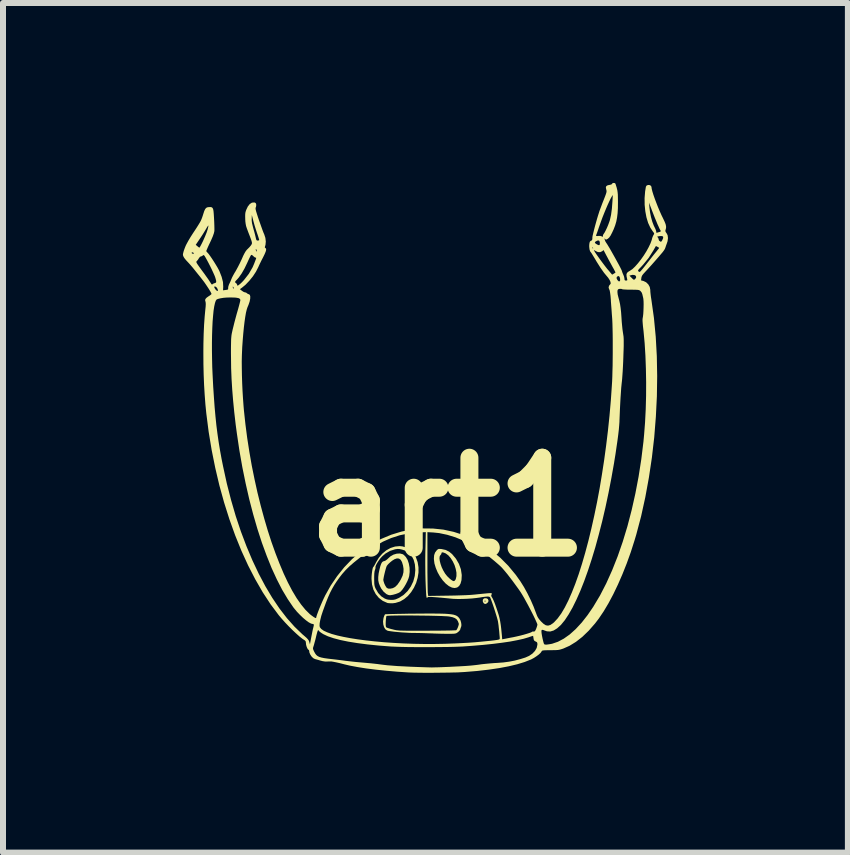
<source format=kicad_pcb>
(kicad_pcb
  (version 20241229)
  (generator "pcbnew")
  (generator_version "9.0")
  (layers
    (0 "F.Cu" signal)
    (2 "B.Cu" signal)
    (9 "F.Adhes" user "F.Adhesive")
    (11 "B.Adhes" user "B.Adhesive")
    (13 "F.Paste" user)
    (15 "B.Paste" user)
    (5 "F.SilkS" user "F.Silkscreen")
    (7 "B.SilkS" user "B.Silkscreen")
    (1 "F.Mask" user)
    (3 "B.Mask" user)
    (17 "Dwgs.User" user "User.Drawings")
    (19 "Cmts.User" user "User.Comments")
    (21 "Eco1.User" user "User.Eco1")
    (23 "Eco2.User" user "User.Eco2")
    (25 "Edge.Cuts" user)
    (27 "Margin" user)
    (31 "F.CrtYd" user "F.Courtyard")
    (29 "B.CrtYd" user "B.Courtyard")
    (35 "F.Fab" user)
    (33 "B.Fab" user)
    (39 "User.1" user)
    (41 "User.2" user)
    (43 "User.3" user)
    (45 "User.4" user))
  (footprint "art1"
    (layer "F.Cu")
    (at 4.42 5.404)
    (property "Reference" "art1" (at 0 0 0) (layer "F.SilkS") (effects (font (size 1.5 1.5) (thickness 0.3))))
    (attr board_only exclude_from_pos_files exclude_from_bom)
    (fp_poly (pts (xy 0.639 1.522) (xy 0.661 1.532) (xy 0.667 1.539) (xy 0.676 1.564) (xy 0.67 1.583) (xy 0.657 1.599) (xy 0.632 1.616) (xy 0.609 1.614) (xy 0.594 1.603) (xy 0.581 1.579) (xy 0.581 1.569) (xy 0.608 1.569) (xy 0.615 1.579) (xy 0.618 1.579) (xy 0.627 1.571) (xy 0.628 1.569) (xy 0.62 1.56) (xy 0.618 1.559) (xy 0.608 1.567) (xy 0.608 1.569) (xy 0.581 1.569) (xy 0.58 1.551) (xy 0.59 1.532) (xy 0.612 1.521)) (stroke (width 0) (type solid)) (fill yes) (layer "F.SilkS"))
    (fp_poly (pts (xy -0.108 0.701) (xy -0.039 0.716) (xy 0.019 0.745) (xy 0.068 0.785) (xy 0.133 0.863) (xy 0.182 0.948) (xy 0.215 1.038) (xy 0.229 1.131) (xy 0.229 1.147) (xy 0.225 1.219) (xy 0.21 1.275) (xy 0.186 1.317) (xy 0.153 1.342) (xy 0.111 1.351) (xy 0.067 1.344) (xy 0.015 1.319) (xy -0.037 1.278) (xy -0.087 1.224) (xy -0.133 1.16) (xy -0.173 1.089) (xy -0.204 1.015) (xy -0.226 0.941) (xy -0.235 0.869) (xy -0.235 0.857) (xy -0.235 0.855) (xy -0.142 0.855) (xy -0.137 0.899) (xy -0.124 0.95) (xy -0.105 1.004) (xy -0.079 1.058) (xy -0.049 1.109) (xy -0.046 1.113) (xy -0.015 1.152) (xy 0.019 1.186) (xy 0.053 1.214) (xy 0.081 1.232) (xy 0.098 1.236) (xy 0.114 1.227) (xy 0.129 1.204) (xy 0.141 1.153) (xy 0.141 1.095) (xy 0.129 1.032) (xy 0.109 0.968) (xy 0.08 0.907) (xy 0.045 0.852) (xy 0.005 0.806) (xy -0.038 0.774) (xy -0.076 0.759) (xy -0.098 0.756) (xy -0.107 0.762) (xy -0.108 0.77) (xy -0.115 0.79) (xy -0.125 0.8) (xy -0.138 0.821) (xy -0.142 0.855) (xy -0.235 0.855) (xy -0.231 0.803) (xy -0.216 0.76) (xy -0.188 0.723) (xy -0.188 0.722) (xy -0.171 0.707) (xy -0.155 0.699) (xy -0.133 0.699)) (stroke (width 0) (type solid)) (fill yes) (layer "F.SilkS"))
    (fp_poly (pts (xy -0.755 0.787) (xy -0.739 0.797) (xy -0.703 0.833) (xy -0.673 0.883) (xy -0.653 0.944) (xy -0.641 1.012) (xy -0.639 1.082) (xy -0.647 1.151) (xy -0.658 1.189) (xy -0.677 1.236) (xy -0.703 1.287) (xy -0.732 1.336) (xy -0.762 1.379) (xy -0.79 1.41) (xy -0.798 1.417) (xy -0.828 1.434) (xy -0.87 1.45) (xy -0.916 1.463) (xy -0.957 1.47) (xy -0.97 1.471) (xy -0.996 1.466) (xy -1.024 1.453) (xy -1.025 1.453) (xy -1.072 1.414) (xy -1.112 1.362) (xy -1.134 1.319) (xy -1.153 1.27) (xy -1.163 1.221) (xy -1.163 1.216) (xy -1.079 1.216) (xy -1.073 1.243) (xy -1.061 1.279) (xy -1.044 1.314) (xy -1.026 1.342) (xy -1.023 1.346) (xy -0.999 1.36) (xy -0.962 1.362) (xy -0.92 1.353) (xy -0.882 1.333) (xy -0.843 1.295) (xy -0.805 1.24) (xy -0.786 1.207) (xy -0.757 1.145) (xy -0.743 1.089) (xy -0.741 1.032) (xy -0.75 0.975) (xy -0.767 0.918) (xy -0.789 0.88) (xy -0.817 0.86) (xy -0.851 0.857) (xy -0.893 0.871) (xy -0.895 0.873) (xy -0.929 0.894) (xy -0.964 0.922) (xy -0.996 0.952) (xy -1.018 0.978) (xy -1.021 0.983) (xy -1.029 1.003) (xy -1.039 1.036) (xy -1.05 1.077) (xy -1.061 1.122) (xy -1.07 1.163) (xy -1.076 1.197) (xy -1.079 1.216) (xy -1.163 1.216) (xy -1.163 1.168) (xy -1.156 1.106) (xy -1.143 1.045) (xy -1.129 0.989) (xy -1.115 0.949) (xy -1.101 0.923) (xy -1.084 0.908) (xy -1.062 0.901) (xy -1.059 0.901) (xy -1.038 0.891) (xy -1.013 0.872) (xy -1.006 0.865) (xy -0.96 0.823) (xy -0.909 0.794) (xy -0.855 0.778) (xy -0.802 0.775)) (stroke (width 0) (type solid)) (fill yes) (layer "F.SilkS"))
    (fp_poly (pts (xy -0.758 0.657) (xy -0.686 0.679) (xy -0.625 0.718) (xy -0.574 0.773) (xy -0.535 0.838) (xy -0.506 0.92) (xy -0.492 1.006) (xy -0.492 1.094) (xy -0.506 1.181) (xy -0.531 1.266) (xy -0.568 1.346) (xy -0.614 1.419) (xy -0.669 1.484) (xy -0.731 1.536) (xy -0.8 1.576) (xy -0.875 1.599) (xy -0.92 1.605) (xy -0.958 1.605) (xy -0.991 1.603) (xy -1.01 1.6) (xy -1.088 1.565) (xy -1.153 1.515) (xy -1.205 1.452) (xy -1.244 1.377) (xy -1.267 1.291) (xy -1.275 1.199) (xy -1.275 1.191) (xy -1.231 1.191) (xy -1.23 1.243) (xy -1.229 1.28) (xy -1.225 1.308) (xy -1.219 1.332) (xy -1.209 1.356) (xy -1.205 1.364) (xy -1.164 1.434) (xy -1.113 1.489) (xy -1.054 1.527) (xy -1.02 1.54) (xy -0.996 1.545) (xy -0.962 1.548) (xy -0.94 1.549) (xy -0.905 1.547) (xy -0.873 1.54) (xy -0.836 1.524) (xy -0.816 1.515) (xy -0.74 1.466) (xy -0.674 1.402) (xy -0.62 1.326) (xy -0.579 1.241) (xy -0.554 1.148) (xy -0.545 1.051) (xy -0.545 1.049) (xy -0.552 0.957) (xy -0.573 0.879) (xy -0.607 0.814) (xy -0.655 0.763) (xy -0.716 0.727) (xy -0.765 0.71) (xy -0.806 0.701) (xy -0.84 0.699) (xy -0.875 0.704) (xy -0.882 0.705) (xy -0.967 0.732) (xy -1.044 0.777) (xy -1.097 0.823) (xy -1.127 0.856) (xy -1.155 0.894) (xy -1.18 0.932) (xy -1.199 0.967) (xy -1.209 0.995) (xy -1.209 1.009) (xy -1.21 1.026) (xy -1.217 1.047) (xy -1.224 1.07) (xy -1.229 1.109) (xy -1.231 1.166) (xy -1.231 1.191) (xy -1.275 1.191) (xy -1.274 1.155) (xy -1.27 1.11) (xy -1.264 1.067) (xy -1.258 1.032) (xy -1.251 1.008) (xy -1.245 1) (xy -1.238 0.992) (xy -1.225 0.97) (xy -1.208 0.939) (xy -1.202 0.926) (xy -1.154 0.846) (xy -1.096 0.778) (xy -1.03 0.723) (xy -0.958 0.683) (xy -0.882 0.659) (xy -0.806 0.652)) (stroke (width 0) (type solid)) (fill yes) (layer "F.SilkS"))
    (fp_poly (pts (xy -0.202 1.777) (xy -0.119 1.778) (xy -0.049 1.78) (xy 0.008 1.784) (xy 0.054 1.789) (xy 0.091 1.795) (xy 0.121 1.804) (xy 0.144 1.814) (xy 0.163 1.827) (xy 0.178 1.842) (xy 0.191 1.859) (xy 0.193 1.862) (xy 0.21 1.895) (xy 0.22 1.933) (xy 0.224 1.97) (xy 0.219 1.998) (xy 0.217 2.002) (xy 0.208 2.025) (xy 0.206 2.037) (xy 0.199 2.053) (xy 0.18 2.074) (xy 0.169 2.084) (xy 0.153 2.096) (xy 0.138 2.105) (xy 0.12 2.11) (xy 0.095 2.113) (xy 0.059 2.114) (xy 0.015 2.114) (xy -0.04 2.114) (xy -0.107 2.113) (xy -0.178 2.111) (xy -0.245 2.109) (xy -0.255 2.108) (xy -0.323 2.106) (xy -0.402 2.103) (xy -0.483 2.101) (xy -0.556 2.1) (xy -0.568 2.1) (xy -0.632 2.099) (xy -0.7 2.095) (xy -0.77 2.091) (xy -0.838 2.085) (xy -0.9 2.079) (xy -0.953 2.072) (xy -0.994 2.066) (xy -1.017 2.059) (xy -1.045 2.038) (xy -1.066 2.003) (xy -1.079 1.958) (xy -1.039 1.958) (xy -1.037 1.987) (xy -1.032 2.003) (xy -1.028 2.007) (xy -1.013 2.014) (xy -0.984 2.024) (xy -0.946 2.035) (xy -0.92 2.041) (xy -0.898 2.047) (xy -0.878 2.051) (xy -0.857 2.055) (xy -0.834 2.057) (xy -0.807 2.06) (xy -0.774 2.061) (xy -0.732 2.062) (xy -0.68 2.063) (xy -0.617 2.063) (xy -0.539 2.063) (xy -0.446 2.063) (xy -0.349 2.063) (xy -0.254 2.062) (xy -0.165 2.062) (xy -0.084 2.061) (xy -0.013 2.06) (xy 0.047 2.059) (xy 0.093 2.057) (xy 0.124 2.056) (xy 0.136 2.055) (xy 0.137 2.055) (xy 0.149 2.04) (xy 0.162 2.014) (xy 0.173 1.984) (xy 0.18 1.958) (xy 0.18 1.944) (xy 0.164 1.902) (xy 0.144 1.873) (xy 0.115 1.852) (xy 0.075 1.837) (xy 0.02 1.826) (xy -0.006 1.823) (xy -0.047 1.821) (xy -0.102 1.818) (xy -0.168 1.816) (xy -0.242 1.814) (xy -0.324 1.812) (xy -0.409 1.811) (xy -0.497 1.81) (xy -0.586 1.809) (xy -0.672 1.809) (xy -0.753 1.809) (xy -0.828 1.809) (xy -0.894 1.81) (xy -0.949 1.811) (xy -0.991 1.813) (xy -1.018 1.815) (xy -1.026 1.817) (xy -1.03 1.832) (xy -1.034 1.861) (xy -1.037 1.898) (xy -1.038 1.913) (xy -1.039 1.958) (xy -1.079 1.958) (xy -1.079 1.958) (xy -1.083 1.907) (xy -1.076 1.857) (xy -1.074 1.847) (xy -1.064 1.817) (xy -1.054 1.796) (xy -1.049 1.789) (xy -1.037 1.788) (xy -1.008 1.787) (xy -0.963 1.785) (xy -0.904 1.784) (xy -0.833 1.782) (xy -0.752 1.781) (xy -0.663 1.779) (xy -0.567 1.778) (xy -0.548 1.778) (xy -0.415 1.777) (xy -0.3 1.776)) (stroke (width 0) (type solid)) (fill yes) (layer "F.SilkS"))
    (fp_poly (pts (xy 2.781 -5.401) (xy 2.79 -5.394) (xy 2.796 -5.38) (xy 2.804 -5.353) (xy 2.815 -5.318) (xy 2.815 -5.315) (xy 2.823 -5.284) (xy 2.828 -5.251) (xy 2.832 -5.211) (xy 2.833 -5.161) (xy 2.834 -5.097) (xy 2.834 -5.083) (xy 2.833 -4.983) (xy 2.828 -4.898) (xy 2.819 -4.825) (xy 2.806 -4.759) (xy 2.787 -4.695) (xy 2.762 -4.63) (xy 2.736 -4.574) (xy 2.71 -4.524) (xy 2.686 -4.491) (xy 2.665 -4.473) (xy 2.644 -4.461) (xy 2.632 -4.459) (xy 2.622 -4.467) (xy 2.62 -4.47) (xy 2.611 -4.479) (xy 2.61 -4.474) (xy 2.613 -4.458) (xy 2.624 -4.429) (xy 2.639 -4.404) (xy 2.653 -4.384) (xy 2.673 -4.351) (xy 2.699 -4.308) (xy 2.728 -4.257) (xy 2.759 -4.202) (xy 2.791 -4.145) (xy 2.821 -4.09) (xy 2.849 -4.039) (xy 2.872 -3.995) (xy 2.889 -3.961) (xy 2.898 -3.941) (xy 2.899 -3.937) (xy 2.908 -3.909) (xy 2.921 -3.877) (xy 2.924 -3.872) (xy 2.936 -3.84) (xy 2.942 -3.81) (xy 2.942 -3.805) (xy 2.945 -3.784) (xy 2.956 -3.777) (xy 2.968 -3.776) (xy 2.986 -3.778) (xy 2.99 -3.788) (xy 2.987 -3.803) (xy 2.977 -3.849) (xy 2.977 -3.858) (xy 3.025 -3.858) (xy 3.063 -3.82) (xy 3.084 -3.799) (xy 3.098 -3.79) (xy 3.108 -3.792) (xy 3.119 -3.8) (xy 3.134 -3.82) (xy 3.138 -3.836) (xy 3.13 -3.856) (xy 3.108 -3.868) (xy 3.078 -3.871) (xy 3.058 -3.867) (xy 3.025 -3.858) (xy 2.977 -3.858) (xy 2.976 -3.881) (xy 2.986 -3.905) (xy 3.008 -3.924) (xy 3.035 -3.94) (xy 3.041 -3.944) (xy 3.169 -3.944) (xy 3.171 -3.935) (xy 3.176 -3.929) (xy 3.189 -3.919) (xy 3.201 -3.923) (xy 3.21 -3.93) (xy 3.222 -3.944) (xy 3.244 -3.969) (xy 3.273 -4.005) (xy 3.306 -4.047) (xy 3.328 -4.075) (xy 3.366 -4.123) (xy 3.403 -4.171) (xy 3.437 -4.214) (xy 3.465 -4.248) (xy 3.474 -4.259) (xy 3.496 -4.287) (xy 3.513 -4.308) (xy 3.521 -4.32) (xy 3.521 -4.32) (xy 3.513 -4.327) (xy 3.494 -4.338) (xy 3.494 -4.338) (xy 3.467 -4.352) (xy 3.424 -4.277) (xy 3.346 -4.154) (xy 3.253 -4.04) (xy 3.222 -4.006) (xy 3.193 -3.976) (xy 3.176 -3.957) (xy 3.169 -3.944) (xy 3.041 -3.944) (xy 3.075 -3.967) (xy 3.119 -4.009) (xy 3.167 -4.063) (xy 3.216 -4.125) (xy 3.264 -4.193) (xy 3.308 -4.263) (xy 3.346 -4.332) (xy 3.377 -4.397) (xy 3.398 -4.455) (xy 3.401 -4.47) (xy 3.411 -4.503) (xy 3.413 -4.506) (xy 3.488 -4.506) (xy 3.494 -4.5) (xy 3.494 -4.5) (xy 3.507 -4.484) (xy 3.511 -4.467) (xy 3.519 -4.443) (xy 3.539 -4.427) (xy 3.552 -4.423) (xy 3.561 -4.431) (xy 3.573 -4.45) (xy 3.574 -4.452) (xy 3.588 -4.486) (xy 3.587 -4.507) (xy 3.571 -4.518) (xy 3.538 -4.518) (xy 3.523 -4.516) (xy 3.497 -4.511) (xy 3.488 -4.506) (xy 3.413 -4.506) (xy 3.424 -4.531) (xy 3.427 -4.536) (xy 3.437 -4.553) (xy 3.436 -4.566) (xy 3.424 -4.584) (xy 3.418 -4.591) (xy 3.374 -4.657) (xy 3.337 -4.737) (xy 3.309 -4.83) (xy 3.29 -4.932) (xy 3.279 -5.04) (xy 3.279 -5.075) (xy 3.353 -5.075) (xy 3.359 -4.992) (xy 3.369 -4.915) (xy 3.385 -4.835) (xy 3.406 -4.759) (xy 3.431 -4.693) (xy 3.444 -4.666) (xy 3.46 -4.633) (xy 3.47 -4.604) (xy 3.473 -4.586) (xy 3.473 -4.586) (xy 3.474 -4.573) (xy 3.486 -4.574) (xy 3.509 -4.581) (xy 3.527 -4.586) (xy 3.545 -4.593) (xy 3.548 -4.604) (xy 3.537 -4.623) (xy 3.535 -4.626) (xy 3.526 -4.643) (xy 3.512 -4.675) (xy 3.492 -4.718) (xy 3.471 -4.77) (xy 3.447 -4.827) (xy 3.424 -4.886) (xy 3.402 -4.942) (xy 3.383 -4.994) (xy 3.381 -4.997) (xy 3.353 -5.075) (xy 3.279 -5.075) (xy 3.278 -5.151) (xy 3.287 -5.262) (xy 3.3 -5.341) (xy 3.312 -5.36) (xy 3.334 -5.369) (xy 3.359 -5.369) (xy 3.38 -5.359) (xy 3.392 -5.341) (xy 3.393 -5.334) (xy 3.397 -5.305) (xy 3.408 -5.261) (xy 3.425 -5.206) (xy 3.447 -5.143) (xy 3.473 -5.074) (xy 3.501 -5.002) (xy 3.531 -4.931) (xy 3.561 -4.864) (xy 3.586 -4.813) (xy 3.612 -4.758) (xy 3.629 -4.715) (xy 3.636 -4.682) (xy 3.636 -4.653) (xy 3.629 -4.625) (xy 3.628 -4.624) (xy 3.624 -4.603) (xy 3.63 -4.585) (xy 3.643 -4.568) (xy 3.662 -4.532) (xy 3.668 -4.484) (xy 3.661 -4.431) (xy 3.649 -4.395) (xy 3.637 -4.362) (xy 3.627 -4.332) (xy 3.624 -4.323) (xy 3.615 -4.301) (xy 3.596 -4.272) (xy 3.577 -4.247) (xy 3.514 -4.173) (xy 3.452 -4.102) (xy 3.394 -4.036) (xy 3.342 -3.979) (xy 3.3 -3.933) (xy 3.295 -3.928) (xy 3.262 -3.892) (xy 3.241 -3.866) (xy 3.23 -3.844) (xy 3.224 -3.822) (xy 3.224 -3.819) (xy 3.219 -3.779) (xy 3.261 -3.768) (xy 3.304 -3.747) (xy 3.34 -3.712) (xy 3.364 -3.669) (xy 3.373 -3.622) (xy 3.373 -3.62) (xy 3.374 -3.592) (xy 3.378 -3.551) (xy 3.384 -3.502) (xy 3.392 -3.452) (xy 3.434 -3.152) (xy 3.464 -2.838) (xy 3.482 -2.514) (xy 3.488 -2.183) (xy 3.483 -1.845) (xy 3.466 -1.505) (xy 3.439 -1.164) (xy 3.4 -0.825) (xy 3.35 -0.491) (xy 3.29 -0.163) (xy 3.22 0.155) (xy 3.139 0.461) (xy 3.109 0.561) (xy 3.048 0.752) (xy 2.981 0.939) (xy 2.909 1.12) (xy 2.834 1.292) (xy 2.756 1.455) (xy 2.676 1.605) (xy 2.595 1.741) (xy 2.514 1.861) (xy 2.452 1.942) (xy 2.346 2.063) (xy 2.24 2.165) (xy 2.134 2.248) (xy 2.027 2.314) (xy 1.921 2.361) (xy 1.89 2.371) (xy 1.862 2.379) (xy 1.833 2.384) (xy 1.798 2.386) (xy 1.751 2.387) (xy 1.709 2.388) (xy 1.654 2.388) (xy 1.616 2.389) (xy 1.591 2.391) (xy 1.575 2.394) (xy 1.566 2.399) (xy 1.561 2.407) (xy 1.56 2.409) (xy 1.544 2.432) (xy 1.514 2.46) (xy 1.475 2.489) (xy 1.432 2.517) (xy 1.389 2.54) (xy 1.385 2.542) (xy 1.279 2.584) (xy 1.155 2.622) (xy 1.013 2.656) (xy 0.854 2.686) (xy 0.678 2.712) (xy 0.487 2.734) (xy 0.281 2.751) (xy 0.209 2.755) (xy 0.162 2.758) (xy 0.099 2.759) (xy 0.024 2.761) (xy -0.06 2.762) (xy -0.149 2.763) (xy -0.241 2.764) (xy -0.333 2.764) (xy -0.42 2.764) (xy -0.499 2.763) (xy -0.568 2.762) (xy -0.623 2.76) (xy -0.652 2.759) (xy -0.846 2.746) (xy -1.03 2.73) (xy -1.203 2.712) (xy -1.362 2.692) (xy -1.507 2.669) (xy -1.635 2.645) (xy -1.729 2.623) (xy -1.802 2.604) (xy -1.86 2.591) (xy -1.905 2.582) (xy -1.94 2.576) (xy -1.97 2.575) (xy -1.997 2.576) (xy -2.004 2.576) (xy -2.046 2.577) (xy -2.091 2.57) (xy -2.13 2.56) (xy -2.167 2.549) (xy -2.199 2.54) (xy -2.219 2.535) (xy -2.22 2.534) (xy -2.246 2.521) (xy -2.273 2.495) (xy -2.296 2.461) (xy -2.311 2.426) (xy -2.314 2.403) (xy -2.318 2.387) (xy -2.322 2.383) (xy -2.335 2.374) (xy -2.34 2.365) (xy -2.251 2.365) (xy -2.244 2.385) (xy -2.232 2.411) (xy -2.215 2.442) (xy -2.197 2.466) (xy -2.176 2.484) (xy -2.148 2.499) (xy -2.111 2.51) (xy -2.062 2.52) (xy -1.998 2.529) (xy -1.947 2.535) (xy -1.885 2.542) (xy -1.819 2.55) (xy -1.756 2.558) (xy -1.706 2.565) (xy -1.661 2.57) (xy -1.602 2.577) (xy -1.536 2.584) (xy -1.467 2.59) (xy -1.422 2.594) (xy -1.356 2.6) (xy -1.288 2.606) (xy -1.224 2.613) (xy -1.171 2.619) (xy -1.143 2.623) (xy -1.08 2.631) (xy -1.011 2.639) (xy -0.933 2.645) (xy -0.845 2.652) (xy -0.744 2.657) (xy -0.63 2.663) (xy -0.5 2.668) (xy -0.353 2.673) (xy -0.279 2.675) (xy -0.26 2.675) (xy -0.224 2.674) (xy -0.174 2.673) (xy -0.112 2.671) (xy -0.042 2.668) (xy 0.035 2.665) (xy 0.069 2.663) (xy 0.185 2.657) (xy 0.29 2.651) (xy 0.381 2.644) (xy 0.456 2.636) (xy 0.505 2.63) (xy 0.56 2.622) (xy 0.627 2.615) (xy 0.701 2.608) (xy 0.774 2.602) (xy 0.814 2.6) (xy 0.922 2.592) (xy 1.019 2.579) (xy 1.113 2.561) (xy 1.21 2.535) (xy 1.29 2.51) (xy 1.353 2.482) (xy 1.407 2.445) (xy 1.45 2.4) (xy 1.479 2.35) (xy 1.49 2.299) (xy 1.491 2.292) (xy 1.489 2.266) (xy 1.48 2.252) (xy 1.462 2.243) (xy 1.442 2.232) (xy 1.431 2.215) (xy 1.426 2.19) (xy 1.422 2.164) (xy 1.419 2.149) (xy 1.418 2.148) (xy 1.408 2.151) (xy 1.385 2.158) (xy 1.352 2.169) (xy 1.345 2.172) (xy 1.261 2.197) (xy 1.158 2.22) (xy 1.038 2.243) (xy 0.902 2.263) (xy 0.752 2.282) (xy 0.589 2.299) (xy 0.413 2.314) (xy 0.245 2.326) (xy 0.177 2.329) (xy 0.093 2.332) (xy -0.003 2.334) (xy -0.108 2.335) (xy -0.221 2.336) (xy -0.336 2.337) (xy -0.452 2.337) (xy -0.564 2.336) (xy -0.671 2.335) (xy -0.769 2.333) (xy -0.855 2.33) (xy -0.926 2.327) (xy -0.951 2.326) (xy -1.156 2.31) (xy -1.343 2.291) (xy -1.512 2.269) (xy -1.662 2.245) (xy -1.794 2.218) (xy -1.907 2.188) (xy -2.002 2.156) (xy -2.077 2.121) (xy -2.106 2.103) (xy -2.133 2.084) (xy -2.151 2.068) (xy -2.158 2.059) (xy -2.164 2.05) (xy -2.165 2.05) (xy -2.17 2.059) (xy -2.179 2.083) (xy -2.189 2.119) (xy -2.2 2.163) (xy -2.2 2.165) (xy -2.212 2.214) (xy -2.225 2.261) (xy -2.235 2.299) (xy -2.242 2.321) (xy -2.25 2.346) (xy -2.251 2.365) (xy -2.34 2.365) (xy -2.348 2.352) (xy -2.359 2.323) (xy -2.367 2.292) (xy -2.368 2.277) (xy -2.372 2.243) (xy -2.384 2.226) (xy -2.386 2.225) (xy -2.425 2.199) (xy -2.475 2.16) (xy -2.531 2.11) (xy -2.592 2.053) (xy -2.654 1.991) (xy -2.716 1.926) (xy -2.774 1.861) (xy -2.822 1.804) (xy -2.958 1.622) (xy -3.089 1.422) (xy -3.214 1.205) (xy -3.333 0.974) (xy -3.445 0.729) (xy -3.549 0.472) (xy -3.645 0.204) (xy -3.733 -0.074) (xy -3.812 -0.36) (xy -3.881 -0.653) (xy -3.941 -0.952) (xy -3.991 -1.255) (xy -4.03 -1.561) (xy -4.045 -1.711) (xy -4.057 -1.869) (xy -4.067 -2.035) (xy -4.074 -2.207) (xy -4.078 -2.381) (xy -4.079 -2.555) (xy -4.079 -2.611) (xy -3.936 -2.611) (xy -3.934 -2.475) (xy -3.931 -2.335) (xy -3.925 -2.202) (xy -3.915 -2.006) (xy -3.903 -1.827) (xy -3.891 -1.662) (xy -3.877 -1.508) (xy -3.862 -1.362) (xy -3.844 -1.221) (xy -3.824 -1.082) (xy -3.801 -0.943) (xy -3.775 -0.8) (xy -3.75 -0.677) (xy -3.688 -0.392) (xy -3.617 -0.116) (xy -3.539 0.152) (xy -3.453 0.409) (xy -3.36 0.655) (xy -3.261 0.89) (xy -3.156 1.112) (xy -3.046 1.32) (xy -2.931 1.513) (xy -2.811 1.691) (xy -2.686 1.853) (xy -2.558 1.997) (xy -2.427 2.123) (xy -2.401 2.145) (xy -2.363 2.178) (xy -2.338 2.204) (xy -2.322 2.226) (xy -2.313 2.249) (xy -2.313 2.25) (xy -2.302 2.29) (xy -2.28 2.172) (xy -2.27 2.122) (xy -2.261 2.076) (xy -2.253 2.038) (xy -2.247 2.015) (xy -2.239 1.981) (xy -2.142 1.981) (xy -2.137 2.004) (xy -2.113 2.034) (xy -2.072 2.063) (xy -2.013 2.09) (xy -1.938 2.117) (xy -1.848 2.142) (xy -1.745 2.165) (xy -1.629 2.187) (xy -1.502 2.207) (xy -1.365 2.225) (xy -1.219 2.241) (xy -1.066 2.255) (xy -0.906 2.266) (xy -0.741 2.275) (xy -0.573 2.281) (xy -0.401 2.284) (xy -0.227 2.284) (xy -0.054 2.281) (xy 0.113 2.275) (xy 0.234 2.269) (xy 0.342 2.263) (xy 0.442 2.256) (xy 0.54 2.247) (xy 0.641 2.237) (xy 0.713 2.23) (xy 0.772 2.223) (xy 0.814 2.217) (xy 0.841 2.212) (xy 0.856 2.206) (xy 0.862 2.2) (xy 0.863 2.198) (xy 0.862 2.169) (xy 0.858 2.127) (xy 0.854 2.077) (xy 0.848 2.024) (xy 0.843 1.974) (xy 0.837 1.933) (xy 0.833 1.906) (xy 0.826 1.878) (xy 0.815 1.838) (xy 0.8 1.789) (xy 0.783 1.734) (xy 0.765 1.678) (xy 0.747 1.625) (xy 0.73 1.577) (xy 0.716 1.539) (xy 0.706 1.515) (xy 0.704 1.509) (xy 0.694 1.499) (xy 0.679 1.494) (xy 0.654 1.493) (xy 0.618 1.496) (xy 0.567 1.503) (xy 0.534 1.509) (xy 0.473 1.517) (xy 0.4 1.525) (xy 0.321 1.53) (xy 0.242 1.533) (xy 0.168 1.534) (xy 0.105 1.532) (xy 0.083 1.531) (xy -0.019 1.521) (xy -0.104 1.513) (xy -0.173 1.507) (xy -0.227 1.503) (xy -0.268 1.5) (xy -0.299 1.499) (xy -0.319 1.499) (xy -0.333 1.5) (xy -0.34 1.503) (xy -0.343 1.507) (xy -0.343 1.51) (xy -0.346 1.519) (xy -0.355 1.513) (xy -0.359 1.499) (xy -0.363 1.468) (xy -0.366 1.422) (xy -0.369 1.362) (xy -0.372 1.292) (xy -0.375 1.214) (xy -0.377 1.128) (xy -0.378 1.039) (xy -0.379 0.948) (xy -0.379 0.857) (xy -0.378 0.768) (xy -0.376 0.692) (xy -0.37 0.419) (xy -0.501 0.425) (xy -0.654 0.44) (xy -0.804 0.471) (xy -0.949 0.518) (xy -1.085 0.578) (xy -1.21 0.651) (xy -1.262 0.689) (xy -1.299 0.717) (xy -1.346 0.752) (xy -1.399 0.793) (xy -1.453 0.833) (xy -1.478 0.852) (xy -1.566 0.922) (xy -1.641 0.987) (xy -1.706 1.051) (xy -1.766 1.119) (xy -1.807 1.172) (xy -1.853 1.236) (xy -1.894 1.298) (xy -1.931 1.362) (xy -1.966 1.43) (xy -2 1.506) (xy -2.035 1.594) (xy -2.072 1.696) (xy -2.088 1.74) (xy -2.113 1.816) (xy -2.13 1.884) (xy -2.14 1.939) (xy -2.142 1.981) (xy -2.239 1.981) (xy -2.239 1.981) (xy -2.237 1.962) (xy -2.243 1.953) (xy -2.253 1.951) (xy -2.283 1.944) (xy -2.322 1.923) (xy -2.367 1.89) (xy -2.417 1.848) (xy -2.468 1.799) (xy -2.519 1.746) (xy -2.566 1.689) (xy -2.578 1.674) (xy -2.672 1.536) (xy -2.765 1.38) (xy -2.854 1.207) (xy -2.941 1.018) (xy -3.023 0.814) (xy -3.103 0.596) (xy -3.178 0.365) (xy -3.248 0.123) (xy -3.314 -0.13) (xy -3.374 -0.393) (xy -3.429 -0.663) (xy -3.478 -0.941) (xy -3.52 -1.225) (xy -3.54 -1.373) (xy -3.564 -1.581) (xy -3.583 -1.775) (xy -3.598 -1.959) (xy -3.609 -2.137) (xy -3.616 -2.315) (xy -3.618 -2.495) (xy -3.619 -2.56) (xy -3.619 -2.641) (xy -3.618 -2.707) (xy -3.617 -2.759) (xy -3.616 -2.8) (xy -3.613 -2.835) (xy -3.61 -2.865) (xy -3.605 -2.894) (xy -3.598 -2.926) (xy -3.59 -2.962) (xy -3.577 -3.014) (xy -3.561 -3.079) (xy -3.542 -3.15) (xy -3.523 -3.22) (xy -3.512 -3.258) (xy -3.496 -3.314) (xy -3.482 -3.365) (xy -3.471 -3.408) (xy -3.464 -3.438) (xy -3.462 -3.452) (xy -3.469 -3.47) (xy -3.492 -3.483) (xy -3.531 -3.49) (xy -3.55 -3.492) (xy -3.617 -3.494) (xy -3.684 -3.493) (xy -3.745 -3.488) (xy -3.798 -3.479) (xy -3.838 -3.469) (xy -3.859 -3.459) (xy -3.873 -3.438) (xy -3.886 -3.399) (xy -3.898 -3.344) (xy -3.909 -3.273) (xy -3.917 -3.189) (xy -3.925 -3.092) (xy -3.93 -2.985) (xy -3.934 -2.868) (xy -3.936 -2.743) (xy -3.936 -2.611) (xy -4.079 -2.611) (xy -4.078 -2.725) (xy -4.074 -2.888) (xy -4.067 -3.04) (xy -4.057 -3.179) (xy -4.047 -3.285) (xy -4.041 -3.342) (xy -4.039 -3.384) (xy -4.041 -3.412) (xy -4.044 -3.425) (xy -4.05 -3.449) (xy -4.044 -3.469) (xy -4.024 -3.491) (xy -3.989 -3.516) (xy -3.988 -3.516) (xy -3.963 -3.533) (xy -3.947 -3.547) (xy -3.943 -3.552) (xy -3.948 -3.566) (xy -3.962 -3.593) (xy -3.983 -3.628) (xy -4.009 -3.668) (xy -4.011 -3.671) (xy -3.898 -3.671) (xy -3.894 -3.654) (xy -3.879 -3.631) (xy -3.871 -3.621) (xy -3.851 -3.603) (xy -3.839 -3.602) (xy -3.837 -3.617) (xy -3.839 -3.626) (xy -3.852 -3.655) (xy -3.874 -3.674) (xy -3.89 -3.678) (xy -3.898 -3.671) (xy -4.011 -3.671) (xy -4.037 -3.71) (xy -4.064 -3.749) (xy -4.09 -3.783) (xy -4.097 -3.792) (xy -4.128 -3.832) (xy -4.166 -3.879) (xy -4.204 -3.926) (xy -4.222 -3.949) (xy -4.256 -3.991) (xy -4.292 -4.033) (xy -4.325 -4.07) (xy -4.341 -4.087) (xy -4.342 -4.088) (xy -4.196 -4.088) (xy -4.194 -4.077) (xy -4.186 -4.061) (xy -4.17 -4.037) (xy -4.146 -4.003) (xy -4.112 -3.956) (xy -4.098 -3.937) (xy -4.061 -3.887) (xy -4.027 -3.839) (xy -3.997 -3.797) (xy -3.975 -3.763) (xy -3.963 -3.745) (xy -3.946 -3.718) (xy -3.935 -3.709) (xy -3.93 -3.712) (xy -3.916 -3.723) (xy -3.893 -3.732) (xy -3.875 -3.738) (xy -3.866 -3.749) (xy -3.865 -3.769) (xy -3.873 -3.801) (xy -3.884 -3.837) (xy -3.896 -3.867) (xy -3.915 -3.909) (xy -3.938 -3.959) (xy -3.965 -4.014) (xy -3.993 -4.069) (xy -4.019 -4.118) (xy -4.042 -4.159) (xy -4.056 -4.183) (xy -4.069 -4.199) (xy -4.079 -4.201) (xy -4.089 -4.193) (xy -4.109 -4.181) (xy -4.122 -4.178) (xy -4.137 -4.17) (xy -4.152 -4.15) (xy -4.153 -4.149) (xy -4.17 -4.122) (xy -4.187 -4.102) (xy -4.194 -4.095) (xy -4.196 -4.088) (xy -4.342 -4.088) (xy -4.369 -4.117) (xy -4.394 -4.148) (xy -4.409 -4.172) (xy -4.417 -4.192) (xy -4.42 -4.208) (xy -4.417 -4.229) (xy -4.415 -4.237) (xy -4.276 -4.237) (xy -4.268 -4.228) (xy -4.259 -4.224) (xy -4.24 -4.223) (xy -4.238 -4.23) (xy -4.241 -4.236) (xy -4.253 -4.245) (xy -4.268 -4.245) (xy -4.276 -4.238) (xy -4.276 -4.237) (xy -4.415 -4.237) (xy -4.409 -4.26) (xy -4.405 -4.274) (xy -4.391 -4.313) (xy -4.375 -4.353) (xy -4.366 -4.372) (xy -4.206 -4.372) (xy -4.179 -4.349) (xy -4.16 -4.333) (xy -4.146 -4.325) (xy -4.145 -4.325) (xy -4.138 -4.333) (xy -4.125 -4.356) (xy -4.107 -4.39) (xy -4.087 -4.431) (xy -4.085 -4.435) (xy -4.051 -4.512) (xy -4.025 -4.576) (xy -4.007 -4.631) (xy -3.996 -4.678) (xy -3.995 -4.692) (xy -3.998 -4.693) (xy -4.007 -4.681) (xy -4.024 -4.654) (xy -4.033 -4.639) (xy -4.057 -4.599) (xy -4.087 -4.55) (xy -4.12 -4.499) (xy -4.141 -4.468) (xy -4.206 -4.372) (xy -4.366 -4.372) (xy -4.354 -4.395) (xy -4.327 -4.444) (xy -4.293 -4.501) (xy -4.249 -4.57) (xy -4.23 -4.598) (xy -4.192 -4.656) (xy -4.163 -4.702) (xy -4.141 -4.738) (xy -4.124 -4.768) (xy -4.112 -4.795) (xy -4.101 -4.823) (xy -4.09 -4.855) (xy -4.08 -4.887) (xy -4.064 -4.936) (xy -4.048 -4.969) (xy -4.03 -4.989) (xy -4.006 -4.999) (xy -3.976 -5.001) (xy -3.954 -5.001) (xy -3.937 -4.996) (xy -3.925 -4.985) (xy -3.916 -4.966) (xy -3.91 -4.935) (xy -3.906 -4.89) (xy -3.902 -4.829) (xy -3.901 -4.809) (xy -3.898 -4.751) (xy -3.896 -4.695) (xy -3.895 -4.647) (xy -3.895 -4.612) (xy -3.896 -4.598) (xy -3.904 -4.564) (xy -3.921 -4.515) (xy -3.949 -4.45) (xy -3.965 -4.416) (xy -3.988 -4.368) (xy -4.007 -4.326) (xy -4.021 -4.293) (xy -4.029 -4.273) (xy -4.031 -4.269) (xy -4.024 -4.256) (xy -4.01 -4.241) (xy -3.992 -4.221) (xy -3.967 -4.187) (xy -3.938 -4.145) (xy -3.906 -4.096) (xy -3.875 -4.046) (xy -3.846 -3.998) (xy -3.823 -3.956) (xy -3.811 -3.932) (xy -3.774 -3.837) (xy -3.752 -3.751) (xy -3.748 -3.673) (xy -3.748 -3.673) (xy -3.751 -3.613) (xy -3.707 -3.619) (xy -3.68 -3.623) (xy -3.668 -3.629) (xy -3.665 -3.642) (xy -3.666 -3.651) (xy -3.664 -3.667) (xy -3.589 -3.667) (xy -3.585 -3.65) (xy -3.577 -3.641) (xy -3.572 -3.643) (xy -3.573 -3.653) (xy -3.578 -3.665) (xy -3.586 -3.676) (xy -3.589 -3.67) (xy -3.589 -3.667) (xy -3.664 -3.667) (xy -3.663 -3.676) (xy -3.653 -3.707) (xy -3.65 -3.714) (xy -3.634 -3.747) (xy -3.631 -3.753) (xy -3.551 -3.753) (xy -3.55 -3.745) (xy -3.546 -3.743) (xy -3.53 -3.73) (xy -3.519 -3.713) (xy -3.508 -3.688) (xy -3.481 -3.708) (xy -3.46 -3.725) (xy -3.433 -3.751) (xy -3.404 -3.782) (xy -3.403 -3.783) (xy -3.321 -3.888) (xy -3.257 -3.999) (xy -3.232 -4.058) (xy -3.215 -4.102) (xy -3.204 -4.131) (xy -3.199 -4.147) (xy -3.199 -4.155) (xy -3.203 -4.158) (xy -3.209 -4.158) (xy -3.223 -4.164) (xy -3.243 -4.18) (xy -3.248 -4.185) (xy -3.266 -4.201) (xy -3.277 -4.205) (xy -3.286 -4.197) (xy -3.29 -4.192) (xy -3.299 -4.175) (xy -3.314 -4.145) (xy -3.332 -4.106) (xy -3.346 -4.075) (xy -3.392 -3.979) (xy -3.44 -3.895) (xy -3.488 -3.827) (xy -3.517 -3.794) (xy -3.541 -3.769) (xy -3.551 -3.753) (xy -3.631 -3.753) (xy -3.618 -3.785) (xy -3.613 -3.798) (xy -3.6 -3.828) (xy -3.579 -3.868) (xy -3.556 -3.909) (xy -3.549 -3.919) (xy -3.528 -3.956) (xy -3.501 -4.006) (xy -3.473 -4.061) (xy -3.446 -4.118) (xy -3.44 -4.131) (xy -3.414 -4.19) (xy -3.392 -4.233) (xy -3.373 -4.265) (xy -3.355 -4.288) (xy -3.353 -4.29) (xy -3.205 -4.29) (xy -3.202 -4.276) (xy -3.195 -4.261) (xy -3.19 -4.26) (xy -3.189 -4.272) (xy -3.192 -4.286) (xy -3.199 -4.3) (xy -3.204 -4.302) (xy -3.205 -4.29) (xy -3.353 -4.29) (xy -3.339 -4.304) (xy -3.312 -4.331) (xy -3.289 -4.358) (xy -3.281 -4.37) (xy -3.274 -4.381) (xy -3.27 -4.391) (xy -3.269 -4.403) (xy -3.271 -4.418) (xy -3.277 -4.44) (xy -3.288 -4.472) (xy -3.305 -4.517) (xy -3.328 -4.576) (xy -3.335 -4.595) (xy -3.354 -4.646) (xy -3.367 -4.686) (xy -3.374 -4.723) (xy -3.379 -4.762) (xy -3.381 -4.801) (xy -3.381 -4.81) (xy -3.273 -4.81) (xy -3.273 -4.774) (xy -3.268 -4.734) (xy -3.256 -4.684) (xy -3.243 -4.634) (xy -3.229 -4.585) (xy -3.217 -4.539) (xy -3.208 -4.502) (xy -3.203 -4.479) (xy -3.196 -4.455) (xy -3.186 -4.444) (xy -3.172 -4.443) (xy -3.154 -4.446) (xy -3.148 -4.452) (xy -3.151 -4.465) (xy -3.159 -4.492) (xy -3.171 -4.53) (xy -3.186 -4.573) (xy -3.204 -4.628) (xy -3.223 -4.689) (xy -3.239 -4.746) (xy -3.247 -4.776) (xy -3.271 -4.869) (xy -3.273 -4.81) (xy -3.381 -4.81) (xy -3.382 -4.85) (xy -3.381 -4.886) (xy -3.377 -4.915) (xy -3.368 -4.944) (xy -3.364 -4.955) (xy -3.337 -5.012) (xy -3.305 -5.052) (xy -3.269 -5.075) (xy -3.231 -5.078) (xy -3.217 -5.075) (xy -3.202 -5.061) (xy -3.197 -5.036) (xy -3.201 -5.007) (xy -3.207 -4.992) (xy -3.209 -4.981) (xy -3.207 -4.961) (xy -3.2 -4.932) (xy -3.187 -4.89) (xy -3.169 -4.833) (xy -3.154 -4.789) (xy -3.132 -4.727) (xy -3.111 -4.668) (xy -3.092 -4.615) (xy -3.076 -4.573) (xy -3.064 -4.546) (xy -3.045 -4.487) (xy -3.038 -4.427) (xy -3.043 -4.372) (xy -3.049 -4.351) (xy -3.055 -4.331) (xy -3.049 -4.321) (xy -3.045 -4.319) (xy -3.034 -4.308) (xy -3.032 -4.289) (xy -3.04 -4.258) (xy -3.058 -4.215) (xy -3.084 -4.162) (xy -3.109 -4.114) (xy -3.133 -4.065) (xy -3.153 -4.023) (xy -3.164 -3.998) (xy -3.202 -3.924) (xy -3.253 -3.846) (xy -3.313 -3.772) (xy -3.377 -3.705) (xy -3.434 -3.658) (xy -3.47 -3.632) (xy -3.437 -3.606) (xy -3.412 -3.589) (xy -3.39 -3.58) (xy -3.385 -3.58) (xy -3.363 -3.573) (xy -3.354 -3.565) (xy -3.335 -3.552) (xy -3.321 -3.548) (xy -3.304 -3.537) (xy -3.297 -3.511) (xy -3.298 -3.473) (xy -3.308 -3.424) (xy -3.327 -3.369) (xy -3.344 -3.329) (xy -3.356 -3.292) (xy -3.369 -3.238) (xy -3.381 -3.168) (xy -3.393 -3.085) (xy -3.404 -2.991) (xy -3.414 -2.888) (xy -3.423 -2.779) (xy -3.431 -2.665) (xy -3.436 -2.549) (xy -3.437 -2.52) (xy -3.439 -2.426) (xy -3.438 -2.316) (xy -3.436 -2.195) (xy -3.432 -2.067) (xy -3.426 -1.936) (xy -3.418 -1.807) (xy -3.409 -1.684) (xy -3.403 -1.614) (xy -3.378 -1.382) (xy -3.348 -1.15) (xy -3.312 -0.919) (xy -3.272 -0.69) (xy -3.226 -0.463) (xy -3.177 -0.241) (xy -3.123 -0.024) (xy -3.066 0.186) (xy -3.006 0.39) (xy -2.943 0.585) (xy -2.877 0.77) (xy -2.809 0.945) (xy -2.74 1.109) (xy -2.669 1.26) (xy -2.597 1.397) (xy -2.524 1.519) (xy -2.45 1.625) (xy -2.377 1.714) (xy -2.304 1.786) (xy -2.272 1.811) (xy -2.237 1.836) (xy -2.214 1.849) (xy -2.202 1.852) (xy -2.197 1.845) (xy -2.197 1.841) (xy -2.193 1.823) (xy -2.182 1.79) (xy -2.166 1.747) (xy -2.146 1.695) (xy -2.123 1.64) (xy -2.099 1.584) (xy -2.075 1.531) (xy -2.052 1.484) (xy -2.049 1.477) (xy -1.956 1.311) (xy -1.849 1.153) (xy -1.73 1.005) (xy -1.601 0.87) (xy -1.464 0.75) (xy -1.32 0.647) (xy -1.283 0.624) (xy -1.116 0.533) (xy -0.946 0.462) (xy -0.806 0.419) (xy -0.343 0.419) (xy -0.343 0.898) (xy -0.343 0.995) (xy -0.343 1.088) (xy -0.342 1.174) (xy -0.341 1.252) (xy -0.34 1.318) (xy -0.339 1.371) (xy -0.338 1.409) (xy -0.337 1.43) (xy -0.337 1.43) (xy -0.33 1.483) (xy 0.004 1.478) (xy 0.117 1.476) (xy 0.215 1.473) (xy 0.299 1.47) (xy 0.375 1.466) (xy 0.445 1.46) (xy 0.512 1.453) (xy 0.524 1.452) (xy 0.583 1.446) (xy 0.635 1.441) (xy 0.678 1.437) (xy 0.709 1.436) (xy 0.723 1.436) (xy 0.723 1.436) (xy 0.731 1.444) (xy 0.726 1.461) (xy 0.725 1.462) (xy 0.72 1.482) (xy 0.729 1.499) (xy 0.743 1.522) (xy 0.762 1.562) (xy 0.784 1.617) (xy 0.808 1.685) (xy 0.833 1.761) (xy 0.849 1.812) (xy 0.861 1.861) (xy 0.871 1.911) (xy 0.88 1.968) (xy 0.888 2.034) (xy 0.896 2.116) (xy 0.898 2.135) (xy 0.904 2.206) (xy 0.935 2.2) (xy 0.957 2.196) (xy 0.992 2.189) (xy 1.037 2.18) (xy 1.087 2.171) (xy 1.087 2.171) (xy 1.147 2.158) (xy 1.207 2.144) (xy 1.264 2.129) (xy 1.315 2.114) (xy 1.356 2.101) (xy 1.386 2.09) (xy 1.399 2.082) (xy 1.4 2.081) (xy 1.411 2.076) (xy 1.425 2.076) (xy 1.44 2.076) (xy 1.448 2.069) (xy 1.558 2.069) (xy 1.56 2.101) (xy 1.567 2.145) (xy 1.578 2.199) (xy 1.59 2.248) (xy 1.598 2.276) (xy 1.607 2.29) (xy 1.621 2.294) (xy 1.637 2.295) (xy 1.665 2.292) (xy 1.704 2.286) (xy 1.736 2.28) (xy 1.833 2.247) (xy 1.931 2.195) (xy 2.03 2.125) (xy 2.129 2.036) (xy 2.229 1.928) (xy 2.327 1.803) (xy 2.425 1.66) (xy 2.425 1.659) (xy 2.535 1.475) (xy 2.639 1.273) (xy 2.737 1.055) (xy 2.829 0.823) (xy 2.914 0.578) (xy 2.992 0.321) (xy 3.062 0.053) (xy 3.124 -0.223) (xy 3.178 -0.506) (xy 3.223 -0.795) (xy 3.259 -1.088) (xy 3.27 -1.206) (xy 3.286 -1.413) (xy 3.297 -1.63) (xy 3.303 -1.854) (xy 3.304 -2.08) (xy 3.3 -2.304) (xy 3.292 -2.523) (xy 3.279 -2.732) (xy 3.261 -2.928) (xy 3.251 -3.014) (xy 3.247 -3.061) (xy 3.244 -3.102) (xy 3.244 -3.133) (xy 3.246 -3.147) (xy 3.251 -3.176) (xy 3.256 -3.219) (xy 3.259 -3.27) (xy 3.261 -3.326) (xy 3.262 -3.38) (xy 3.261 -3.429) (xy 3.258 -3.466) (xy 3.256 -3.481) (xy 3.248 -3.515) (xy 3.241 -3.545) (xy 3.239 -3.552) (xy 3.229 -3.577) (xy 3.21 -3.601) (xy 3.199 -3.61) (xy 3.187 -3.616) (xy 3.17 -3.62) (xy 3.145 -3.622) (xy 3.107 -3.623) (xy 3.054 -3.624) (xy 3.05 -3.624) (xy 3 -3.624) (xy 2.957 -3.626) (xy 2.926 -3.628) (xy 2.909 -3.63) (xy 2.907 -3.631) (xy 2.89 -3.637) (xy 2.864 -3.638) (xy 2.84 -3.632) (xy 2.828 -3.618) (xy 2.825 -3.588) (xy 2.829 -3.546) (xy 2.84 -3.501) (xy 2.856 -3.441) (xy 2.869 -3.382) (xy 2.878 -3.321) (xy 2.886 -3.251) (xy 2.892 -3.167) (xy 2.893 -3.153) (xy 2.897 -3.089) (xy 2.903 -3.025) (xy 2.909 -2.965) (xy 2.916 -2.916) (xy 2.919 -2.897) (xy 2.923 -2.87) (xy 2.927 -2.843) (xy 2.929 -2.814) (xy 2.93 -2.78) (xy 2.93 -2.737) (xy 2.93 -2.685) (xy 2.928 -2.619) (xy 2.925 -2.537) (xy 2.924 -2.5) (xy 2.921 -2.419) (xy 2.917 -2.338) (xy 2.913 -2.262) (xy 2.908 -2.194) (xy 2.904 -2.138) (xy 2.9 -2.097) (xy 2.899 -2.089) (xy 2.894 -2.044) (xy 2.888 -1.983) (xy 2.883 -1.907) (xy 2.877 -1.822) (xy 2.872 -1.728) (xy 2.867 -1.63) (xy 2.863 -1.531) (xy 2.859 -1.433) (xy 2.859 -1.422) (xy 2.855 -1.367) (xy 2.849 -1.295) (xy 2.839 -1.208) (xy 2.826 -1.109) (xy 2.81 -1) (xy 2.793 -0.883) (xy 2.773 -0.761) (xy 2.77 -0.74) (xy 2.725 -0.486) (xy 2.677 -0.238) (xy 2.626 0.003) (xy 2.572 0.235) (xy 2.515 0.457) (xy 2.457 0.67) (xy 2.396 0.871) (xy 2.334 1.06) (xy 2.271 1.236) (xy 2.207 1.397) (xy 2.142 1.544) (xy 2.077 1.676) (xy 2.012 1.79) (xy 1.948 1.887) (xy 1.884 1.965) (xy 1.88 1.969) (xy 1.82 2.023) (xy 1.762 2.059) (xy 1.706 2.076) (xy 1.65 2.073) (xy 1.615 2.061) (xy 1.585 2.05) (xy 1.568 2.048) (xy 1.561 2.053) (xy 1.558 2.069) (xy 1.448 2.069) (xy 1.452 2.066) (xy 1.465 2.042) (xy 1.469 2.033) (xy 1.481 2) (xy 1.489 1.972) (xy 1.491 1.961) (xy 1.486 1.944) (xy 1.473 1.914) (xy 1.454 1.871) (xy 1.429 1.819) (xy 1.4 1.761) (xy 1.368 1.699) (xy 1.335 1.636) (xy 1.301 1.574) (xy 1.27 1.517) (xy 1.24 1.466) (xy 1.237 1.461) (xy 1.211 1.419) (xy 1.175 1.367) (xy 1.132 1.308) (xy 1.086 1.245) (xy 1.038 1.182) (xy 0.992 1.122) (xy 0.949 1.07) (xy 0.913 1.028) (xy 0.894 1.007) (xy 0.865 0.979) (xy 0.823 0.942) (xy 0.773 0.899) (xy 0.718 0.854) (xy 0.661 0.809) (xy 0.607 0.768) (xy 0.559 0.732) (xy 0.53 0.711) (xy 0.398 0.631) (xy 0.261 0.562) (xy 0.123 0.505) (xy -0.014 0.463) (xy -0.147 0.435) (xy -0.243 0.425) (xy -0.343 0.419) (xy -0.806 0.419) (xy -0.773 0.409) (xy -0.599 0.374) (xy -0.424 0.357) (xy -0.25 0.359) (xy -0.077 0.377) (xy 0.093 0.414) (xy 0.26 0.467) (xy 0.422 0.537) (xy 0.579 0.624) (xy 0.729 0.727) (xy 0.872 0.846) (xy 1.006 0.981) (xy 1.13 1.131) (xy 1.207 1.239) (xy 1.267 1.335) (xy 1.326 1.443) (xy 1.381 1.555) (xy 1.428 1.663) (xy 1.446 1.711) (xy 1.466 1.764) (xy 1.481 1.803) (xy 1.494 1.832) (xy 1.508 1.855) (xy 1.524 1.877) (xy 1.545 1.901) (xy 1.548 1.905) (xy 1.592 1.947) (xy 1.631 1.972) (xy 1.668 1.978) (xy 1.707 1.967) (xy 1.749 1.939) (xy 1.77 1.921) (xy 1.829 1.857) (xy 1.889 1.775) (xy 1.948 1.675) (xy 2.007 1.558) (xy 2.065 1.426) (xy 2.123 1.279) (xy 2.18 1.118) (xy 2.235 0.945) (xy 2.289 0.759) (xy 2.341 0.564) (xy 2.391 0.358) (xy 2.439 0.143) (xy 2.485 -0.079) (xy 2.528 -0.308) (xy 2.567 -0.543) (xy 2.604 -0.783) (xy 2.637 -1.026) (xy 2.667 -1.273) (xy 2.693 -1.522) (xy 2.715 -1.771) (xy 2.732 -2.02) (xy 2.737 -2.099) (xy 2.74 -2.172) (xy 2.742 -2.258) (xy 2.745 -2.355) (xy 2.746 -2.458) (xy 2.747 -2.566) (xy 2.747 -2.675) (xy 2.747 -2.781) (xy 2.746 -2.882) (xy 2.744 -2.975) (xy 2.742 -3.056) (xy 2.739 -3.122) (xy 2.737 -3.153) (xy 2.732 -3.216) (xy 2.727 -3.289) (xy 2.721 -3.366) (xy 2.716 -3.436) (xy 2.716 -3.447) (xy 2.71 -3.519) (xy 2.703 -3.573) (xy 2.697 -3.608) (xy 2.691 -3.623) (xy 2.678 -3.656) (xy 2.684 -3.687) (xy 2.698 -3.706) (xy 2.711 -3.72) (xy 2.713 -3.735) (xy 2.707 -3.758) (xy 2.706 -3.763) (xy 2.691 -3.792) (xy 2.679 -3.81) (xy 2.812 -3.81) (xy 2.825 -3.785) (xy 2.845 -3.764) (xy 2.861 -3.762) (xy 2.87 -3.777) (xy 2.87 -3.803) (xy 2.862 -3.835) (xy 2.849 -3.85) (xy 2.832 -3.849) (xy 2.813 -3.834) (xy 2.812 -3.81) (xy 2.679 -3.81) (xy 2.669 -3.825) (xy 2.657 -3.839) (xy 2.602 -3.905) (xy 2.542 -3.99) (xy 2.477 -4.093) (xy 2.459 -4.124) (xy 2.433 -4.167) (xy 2.411 -4.203) (xy 2.394 -4.231) (xy 2.384 -4.245) (xy 2.383 -4.246) (xy 2.369 -4.265) (xy 2.364 -4.282) (xy 2.432 -4.282) (xy 2.438 -4.271) (xy 2.453 -4.246) (xy 2.476 -4.212) (xy 2.505 -4.171) (xy 2.537 -4.126) (xy 2.571 -4.08) (xy 2.604 -4.036) (xy 2.634 -3.997) (xy 2.659 -3.965) (xy 2.666 -3.958) (xy 2.737 -3.874) (xy 2.764 -3.89) (xy 2.783 -3.902) (xy 2.793 -3.909) (xy 2.793 -3.909) (xy 2.79 -3.918) (xy 2.779 -3.94) (xy 2.762 -3.972) (xy 2.742 -4.007) (xy 2.714 -4.059) (xy 2.682 -4.117) (xy 2.653 -4.172) (xy 2.641 -4.194) (xy 2.594 -4.284) (xy 2.571 -4.265) (xy 2.537 -4.249) (xy 2.499 -4.251) (xy 2.465 -4.267) (xy 2.444 -4.279) (xy 2.433 -4.283) (xy 2.432 -4.282) (xy 2.364 -4.282) (xy 2.36 -4.295) (xy 2.356 -4.331) (xy 2.355 -4.334) (xy 2.405 -4.334) (xy 2.408 -4.324) (xy 2.408 -4.322) (xy 2.416 -4.31) (xy 2.42 -4.31) (xy 2.419 -4.32) (xy 2.414 -4.327) (xy 2.405 -4.334) (xy 2.355 -4.334) (xy 2.355 -4.368) (xy 2.359 -4.401) (xy 2.361 -4.409) (xy 2.449 -4.409) (xy 2.46 -4.394) (xy 2.474 -4.385) (xy 2.504 -4.368) (xy 2.523 -4.366) (xy 2.531 -4.378) (xy 2.532 -4.381) (xy 2.531 -4.419) (xy 2.521 -4.441) (xy 2.501 -4.445) (xy 2.48 -4.437) (xy 2.455 -4.422) (xy 2.449 -4.409) (xy 2.361 -4.409) (xy 2.367 -4.426) (xy 2.379 -4.437) (xy 2.381 -4.438) (xy 2.398 -4.446) (xy 2.407 -4.466) (xy 2.407 -4.487) (xy 2.408 -4.502) (xy 2.412 -4.526) (xy 2.469 -4.526) (xy 2.472 -4.519) (xy 2.489 -4.518) (xy 2.508 -4.52) (xy 2.537 -4.52) (xy 2.558 -4.515) (xy 2.562 -4.513) (xy 2.576 -4.506) (xy 2.585 -4.512) (xy 2.583 -4.522) (xy 2.585 -4.536) (xy 2.596 -4.554) (xy 2.611 -4.576) (xy 2.63 -4.612) (xy 2.651 -4.656) (xy 2.671 -4.704) (xy 2.688 -4.75) (xy 2.7 -4.786) (xy 2.719 -4.872) (xy 2.733 -4.976) (xy 2.742 -5.094) (xy 2.748 -5.203) (xy 2.728 -5.172) (xy 2.711 -5.141) (xy 2.689 -5.096) (xy 2.663 -5.039) (xy 2.635 -4.974) (xy 2.606 -4.904) (xy 2.578 -4.834) (xy 2.553 -4.766) (xy 2.536 -4.718) (xy 2.517 -4.665) (xy 2.501 -4.617) (xy 2.487 -4.577) (xy 2.477 -4.55) (xy 2.473 -4.541) (xy 2.469 -4.526) (xy 2.412 -4.526) (xy 2.414 -4.533) (xy 2.424 -4.576) (xy 2.437 -4.628) (xy 2.452 -4.686) (xy 2.469 -4.747) (xy 2.486 -4.808) (xy 2.503 -4.864) (xy 2.519 -4.914) (xy 2.523 -4.928) (xy 2.536 -4.963) (xy 2.554 -5.011) (xy 2.574 -5.065) (xy 2.596 -5.12) (xy 2.599 -5.128) (xy 2.619 -5.179) (xy 2.633 -5.217) (xy 2.641 -5.243) (xy 2.644 -5.262) (xy 2.643 -5.277) (xy 2.639 -5.293) (xy 2.638 -5.297) (xy 2.632 -5.329) (xy 2.64 -5.351) (xy 2.664 -5.365) (xy 2.696 -5.371) (xy 2.724 -5.378) (xy 2.736 -5.388) (xy 2.736 -5.39) (xy 2.744 -5.4) (xy 2.762 -5.404)) (stroke (width 0) (type solid)) (fill yes) (layer "F.SilkS")))
  (gr_rect
    (start -3 -3)
    (end 11.088 11.167)
    (stroke (width 0.1) (type default))
    (fill no)
    (layer "Edge.Cuts")))
</source>
